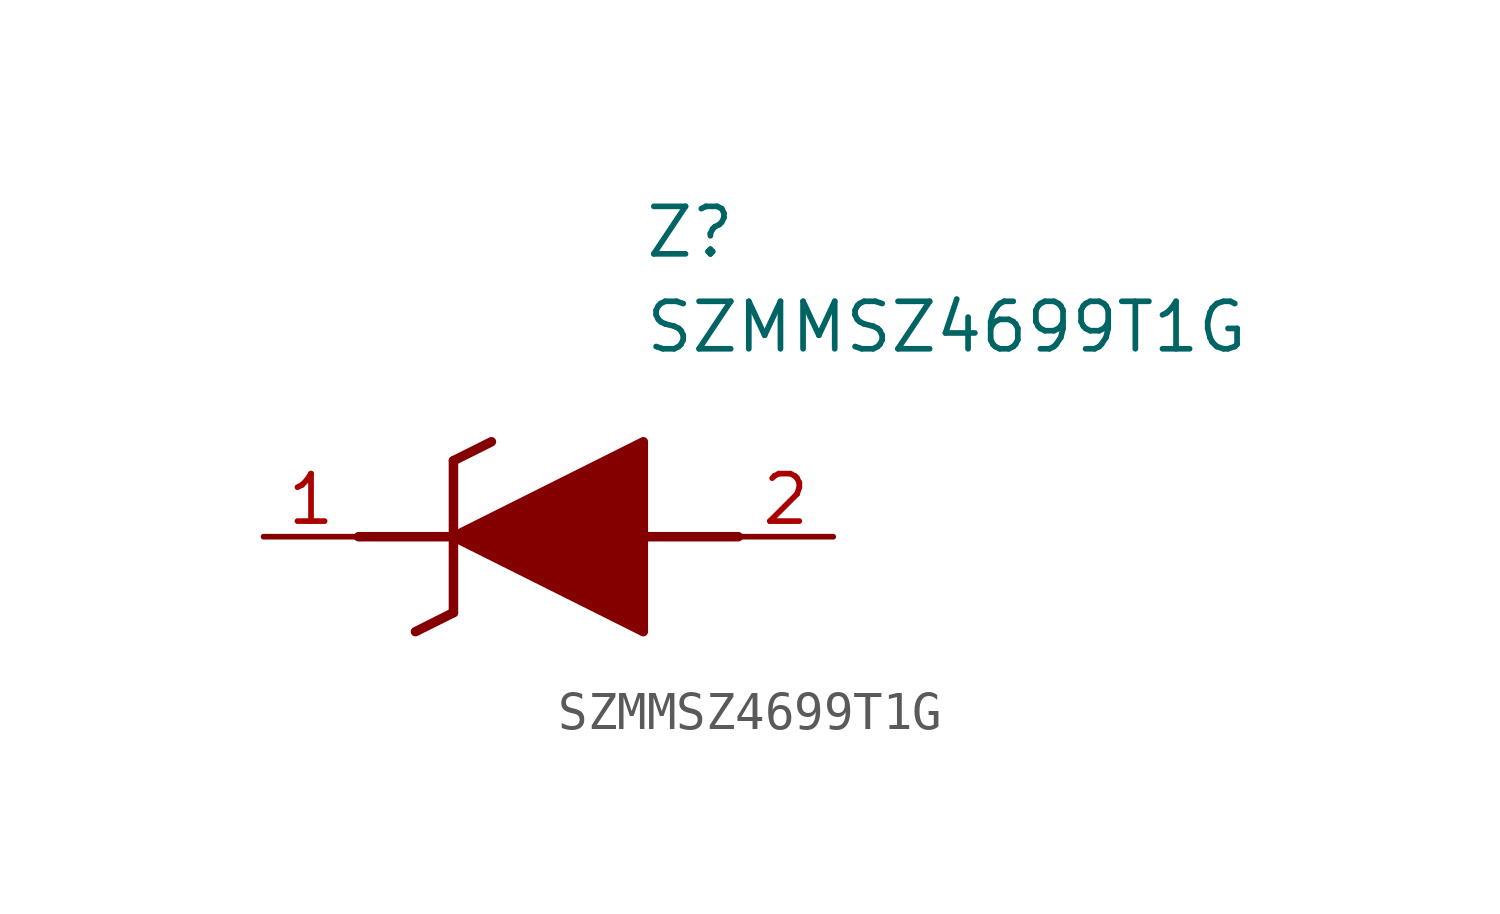
<source format=kicad_sym>
(kicad_symbol_lib
  (version 20211014)
  (generator SamacSys_ECAD_Model)
  (symbol "SZMMSZ4699T1G"
    (pin_names hide)
    (property "Reference" "Z"
      (at 10.16 8.89 0)
      (effects (font (size 1.27 1.27)) (justify left top)))
    (property "Value" "SZMMSZ4699T1G"
      (at 10.16 6.35 0)
      (effects (font (size 1.27 1.27)) (justify left top)))
    (polyline
      (pts (xy 5.08 2.032) (xy 5.08 -2.032))
      (stroke (width 0.254) (type default))
      (fill (type none)))
    (polyline
      (pts (xy 5.08 2.032) (xy 6.096 2.54))
      (stroke (width 0.254) (type default))
      (fill (type none)))
    (polyline
      (pts (xy 4.064 -2.54) (xy 5.08 -2.032))
      (stroke (width 0.254) (type default))
      (fill (type none)))
    (polyline
      (pts (xy 2.54 0) (xy 5.08 0))
      (stroke (width 0.254) (type default))
      (fill (type none)))
    (polyline
      (pts (xy 12.7 0) (xy 10.16 0))
      (stroke (width 0.254) (type default))
      (fill (type none)))
    (polyline
      (pts (xy 5.08 0) (xy 10.16 2.54) (xy 10.16 -2.54) (xy 5.08 0))
      (stroke (width 0.254) (type default))
      (fill (type outline)))
    (pin passive line
      (at 0 0 0)
      (length 2.54)
      (name "K" (effects (font (size 1.27 1.27))))
      (number "1" (effects (font (size 1.27 1.27)))))
    (pin passive line
      (at 15.24 0 180)
      (length 2.54)
      (name "A" (effects (font (size 1.27 1.27))))
      (number "2" (effects (font (size 1.27 1.27)))))))
</source>
